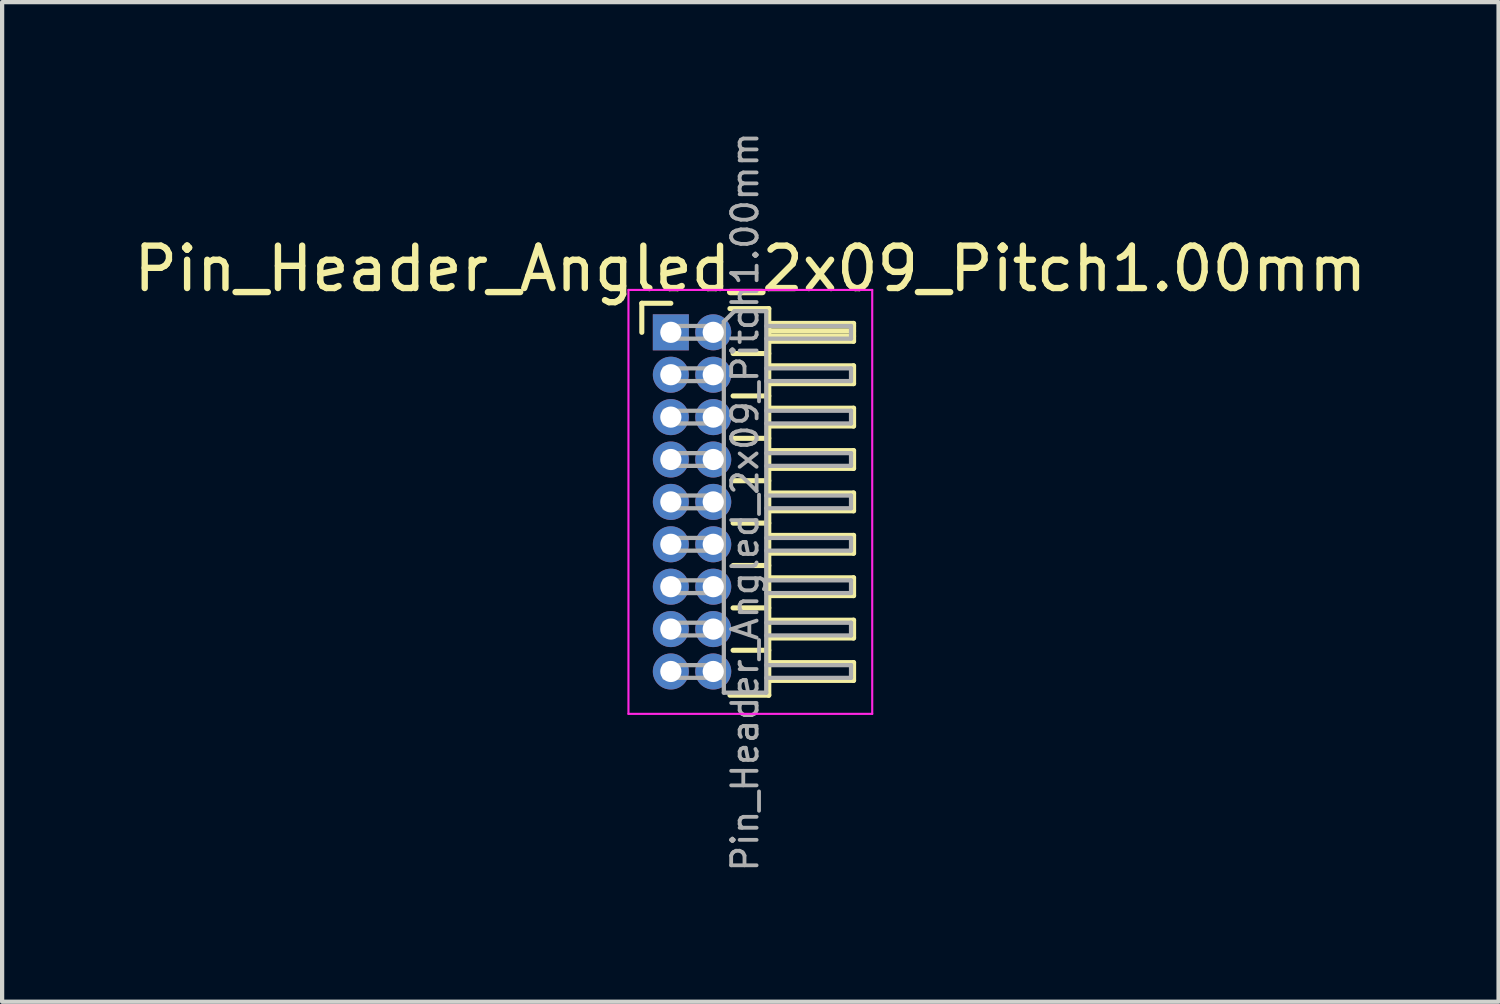
<source format=kicad_pcb>
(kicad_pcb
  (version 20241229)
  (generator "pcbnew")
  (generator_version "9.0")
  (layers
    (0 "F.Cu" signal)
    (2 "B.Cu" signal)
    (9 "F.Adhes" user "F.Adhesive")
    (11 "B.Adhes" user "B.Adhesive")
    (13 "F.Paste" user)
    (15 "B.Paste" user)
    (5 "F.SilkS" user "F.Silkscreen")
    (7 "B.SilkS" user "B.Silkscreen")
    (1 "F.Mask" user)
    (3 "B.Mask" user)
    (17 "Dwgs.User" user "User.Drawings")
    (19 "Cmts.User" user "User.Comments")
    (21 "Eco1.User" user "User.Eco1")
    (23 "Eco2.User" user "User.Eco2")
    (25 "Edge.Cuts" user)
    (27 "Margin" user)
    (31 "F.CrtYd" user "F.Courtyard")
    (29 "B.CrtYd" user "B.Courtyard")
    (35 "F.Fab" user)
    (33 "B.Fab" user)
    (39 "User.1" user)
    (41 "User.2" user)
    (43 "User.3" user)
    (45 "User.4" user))
  (footprint "Pin_Header_Angled_2x09_Pitch1.00mm"
    (layer "F.Cu")
    (at 12.774 4.789)
    (property "Reference" "Pin_Header_Angled_2x09_Pitch1.00mm" (at 1.875 -1.5 0) (layer "F.SilkS") (effects (font (size 1 1) (thickness 0.15))))
    (attr through_hole)
    (fp_line (start -0.685 -0.685) (end 0 -0.685) (stroke (width 0.12) (type solid)) (layer "F.SilkS"))
    (fp_line (start -0.685 0) (end -0.685 -0.685) (stroke (width 0.12) (type solid)) (layer "F.SilkS"))
    (fp_line (start 1.394 -0.56) (end 2.31 -0.56) (stroke (width 0.12) (type solid)) (layer "F.SilkS"))
    (fp_line (start 1.468 0.5) (end 2.31 0.5) (stroke (width 0.12) (type solid)) (layer "F.SilkS"))
    (fp_line (start 1.468 1.5) (end 2.31 1.5) (stroke (width 0.12) (type solid)) (layer "F.SilkS"))
    (fp_line (start 1.468 2.5) (end 2.31 2.5) (stroke (width 0.12) (type solid)) (layer "F.SilkS"))
    (fp_line (start 1.468 3.5) (end 2.31 3.5) (stroke (width 0.12) (type solid)) (layer "F.SilkS"))
    (fp_line (start 1.468 4.5) (end 2.31 4.5) (stroke (width 0.12) (type solid)) (layer "F.SilkS"))
    (fp_line (start 1.468 5.5) (end 2.31 5.5) (stroke (width 0.12) (type solid)) (layer "F.SilkS"))
    (fp_line (start 1.468 6.5) (end 2.31 6.5) (stroke (width 0.12) (type solid)) (layer "F.SilkS"))
    (fp_line (start 1.468 7.5) (end 2.31 7.5) (stroke (width 0.12) (type solid)) (layer "F.SilkS"))
    (fp_line (start 2.31 -0.56) (end 2.31 8.56) (stroke (width 0.12) (type solid)) (layer "F.SilkS"))
    (fp_line (start 2.31 -0.21) (end 4.31 -0.21) (stroke (width 0.12) (type solid)) (layer "F.SilkS"))
    (fp_line (start 2.31 -0.15) (end 4.31 -0.15) (stroke (width 0.12) (type solid)) (layer "F.SilkS"))
    (fp_line (start 2.31 -0.03) (end 4.31 -0.03) (stroke (width 0.12) (type solid)) (layer "F.SilkS"))
    (fp_line (start 2.31 0.09) (end 4.31 0.09) (stroke (width 0.12) (type solid)) (layer "F.SilkS"))
    (fp_line (start 2.31 0.79) (end 4.31 0.79) (stroke (width 0.12) (type solid)) (layer "F.SilkS"))
    (fp_line (start 2.31 1.79) (end 4.31 1.79) (stroke (width 0.12) (type solid)) (layer "F.SilkS"))
    (fp_line (start 2.31 2.79) (end 4.31 2.79) (stroke (width 0.12) (type solid)) (layer "F.SilkS"))
    (fp_line (start 2.31 3.79) (end 4.31 3.79) (stroke (width 0.12) (type solid)) (layer "F.SilkS"))
    (fp_line (start 2.31 4.79) (end 4.31 4.79) (stroke (width 0.12) (type solid)) (layer "F.SilkS"))
    (fp_line (start 2.31 5.79) (end 4.31 5.79) (stroke (width 0.12) (type solid)) (layer "F.SilkS"))
    (fp_line (start 2.31 6.79) (end 4.31 6.79) (stroke (width 0.12) (type solid)) (layer "F.SilkS"))
    (fp_line (start 2.31 7.79) (end 4.31 7.79) (stroke (width 0.12) (type solid)) (layer "F.SilkS"))
    (fp_line (start 2.31 8.56) (end 1.394 8.56) (stroke (width 0.12) (type solid)) (layer "F.SilkS"))
    (fp_line (start 4.31 -0.21) (end 4.31 0.21) (stroke (width 0.12) (type solid)) (layer "F.SilkS"))
    (fp_line (start 4.31 0.21) (end 2.31 0.21) (stroke (width 0.12) (type solid)) (layer "F.SilkS"))
    (fp_line (start 4.31 0.79) (end 4.31 1.21) (stroke (width 0.12) (type solid)) (layer "F.SilkS"))
    (fp_line (start 4.31 1.21) (end 2.31 1.21) (stroke (width 0.12) (type solid)) (layer "F.SilkS"))
    (fp_line (start 4.31 1.79) (end 4.31 2.21) (stroke (width 0.12) (type solid)) (layer "F.SilkS"))
    (fp_line (start 4.31 2.21) (end 2.31 2.21) (stroke (width 0.12) (type solid)) (layer "F.SilkS"))
    (fp_line (start 4.31 2.79) (end 4.31 3.21) (stroke (width 0.12) (type solid)) (layer "F.SilkS"))
    (fp_line (start 4.31 3.21) (end 2.31 3.21) (stroke (width 0.12) (type solid)) (layer "F.SilkS"))
    (fp_line (start 4.31 3.79) (end 4.31 4.21) (stroke (width 0.12) (type solid)) (layer "F.SilkS"))
    (fp_line (start 4.31 4.21) (end 2.31 4.21) (stroke (width 0.12) (type solid)) (layer "F.SilkS"))
    (fp_line (start 4.31 4.79) (end 4.31 5.21) (stroke (width 0.12) (type solid)) (layer "F.SilkS"))
    (fp_line (start 4.31 5.21) (end 2.31 5.21) (stroke (width 0.12) (type solid)) (layer "F.SilkS"))
    (fp_line (start 4.31 5.79) (end 4.31 6.21) (stroke (width 0.12) (type solid)) (layer "F.SilkS"))
    (fp_line (start 4.31 6.21) (end 2.31 6.21) (stroke (width 0.12) (type solid)) (layer "F.SilkS"))
    (fp_line (start 4.31 6.79) (end 4.31 7.21) (stroke (width 0.12) (type solid)) (layer "F.SilkS"))
    (fp_line (start 4.31 7.21) (end 2.31 7.21) (stroke (width 0.12) (type solid)) (layer "F.SilkS"))
    (fp_line (start 4.31 7.79) (end 4.31 8.21) (stroke (width 0.12) (type solid)) (layer "F.SilkS"))
    (fp_line (start 4.31 8.21) (end 2.31 8.21) (stroke (width 0.12) (type solid)) (layer "F.SilkS"))
    (fp_line (start -1 -1) (end -1 9) (stroke (width 0.05) (type solid)) (layer "F.CrtYd"))
    (fp_line (start -1 9) (end 4.75 9) (stroke (width 0.05) (type solid)) (layer "F.CrtYd"))
    (fp_line (start 4.75 -1) (end -1 -1) (stroke (width 0.05) (type solid)) (layer "F.CrtYd"))
    (fp_line (start 4.75 9) (end 4.75 -1) (stroke (width 0.05) (type solid)) (layer "F.CrtYd"))
    (fp_line (start -0.15 -0.15) (end -0.15 0.15) (stroke (width 0.1) (type solid)) (layer "F.Fab"))
    (fp_line (start -0.15 -0.15) (end 1.25 -0.15) (stroke (width 0.1) (type solid)) (layer "F.Fab"))
    (fp_line (start -0.15 0.15) (end 1.25 0.15) (stroke (width 0.1) (type solid)) (layer "F.Fab"))
    (fp_line (start -0.15 0.85) (end -0.15 1.15) (stroke (width 0.1) (type solid)) (layer "F.Fab"))
    (fp_line (start -0.15 0.85) (end 1.25 0.85) (stroke (width 0.1) (type solid)) (layer "F.Fab"))
    (fp_line (start -0.15 1.15) (end 1.25 1.15) (stroke (width 0.1) (type solid)) (layer "F.Fab"))
    (fp_line (start -0.15 1.85) (end -0.15 2.15) (stroke (width 0.1) (type solid)) (layer "F.Fab"))
    (fp_line (start -0.15 1.85) (end 1.25 1.85) (stroke (width 0.1) (type solid)) (layer "F.Fab"))
    (fp_line (start -0.15 2.15) (end 1.25 2.15) (stroke (width 0.1) (type solid)) (layer "F.Fab"))
    (fp_line (start -0.15 2.85) (end -0.15 3.15) (stroke (width 0.1) (type solid)) (layer "F.Fab"))
    (fp_line (start -0.15 2.85) (end 1.25 2.85) (stroke (width 0.1) (type solid)) (layer "F.Fab"))
    (fp_line (start -0.15 3.15) (end 1.25 3.15) (stroke (width 0.1) (type solid)) (layer "F.Fab"))
    (fp_line (start -0.15 3.85) (end -0.15 4.15) (stroke (width 0.1) (type solid)) (layer "F.Fab"))
    (fp_line (start -0.15 3.85) (end 1.25 3.85) (stroke (width 0.1) (type solid)) (layer "F.Fab"))
    (fp_line (start -0.15 4.15) (end 1.25 4.15) (stroke (width 0.1) (type solid)) (layer "F.Fab"))
    (fp_line (start -0.15 4.85) (end -0.15 5.15) (stroke (width 0.1) (type solid)) (layer "F.Fab"))
    (fp_line (start -0.15 4.85) (end 1.25 4.85) (stroke (width 0.1) (type solid)) (layer "F.Fab"))
    (fp_line (start -0.15 5.15) (end 1.25 5.15) (stroke (width 0.1) (type solid)) (layer "F.Fab"))
    (fp_line (start -0.15 5.85) (end -0.15 6.15) (stroke (width 0.1) (type solid)) (layer "F.Fab"))
    (fp_line (start -0.15 5.85) (end 1.25 5.85) (stroke (width 0.1) (type solid)) (layer "F.Fab"))
    (fp_line (start -0.15 6.15) (end 1.25 6.15) (stroke (width 0.1) (type solid)) (layer "F.Fab"))
    (fp_line (start -0.15 6.85) (end -0.15 7.15) (stroke (width 0.1) (type solid)) (layer "F.Fab"))
    (fp_line (start -0.15 6.85) (end 1.25 6.85) (stroke (width 0.1) (type solid)) (layer "F.Fab"))
    (fp_line (start -0.15 7.15) (end 1.25 7.15) (stroke (width 0.1) (type solid)) (layer "F.Fab"))
    (fp_line (start -0.15 7.85) (end -0.15 8.15) (stroke (width 0.1) (type solid)) (layer "F.Fab"))
    (fp_line (start -0.15 7.85) (end 1.25 7.85) (stroke (width 0.1) (type solid)) (layer "F.Fab"))
    (fp_line (start -0.15 8.15) (end 1.25 8.15) (stroke (width 0.1) (type solid)) (layer "F.Fab"))
    (fp_line (start 1.25 -0.25) (end 1.5 -0.5) (stroke (width 0.1) (type solid)) (layer "F.Fab"))
    (fp_line (start 1.25 8.5) (end 1.25 -0.25) (stroke (width 0.1) (type solid)) (layer "F.Fab"))
    (fp_line (start 1.5 -0.5) (end 2.25 -0.5) (stroke (width 0.1) (type solid)) (layer "F.Fab"))
    (fp_line (start 2.25 -0.5) (end 2.25 8.5) (stroke (width 0.1) (type solid)) (layer "F.Fab"))
    (fp_line (start 2.25 -0.15) (end 4.25 -0.15) (stroke (width 0.1) (type solid)) (layer "F.Fab"))
    (fp_line (start 2.25 0.15) (end 4.25 0.15) (stroke (width 0.1) (type solid)) (layer "F.Fab"))
    (fp_line (start 2.25 0.85) (end 4.25 0.85) (stroke (width 0.1) (type solid)) (layer "F.Fab"))
    (fp_line (start 2.25 1.15) (end 4.25 1.15) (stroke (width 0.1) (type solid)) (layer "F.Fab"))
    (fp_line (start 2.25 1.85) (end 4.25 1.85) (stroke (width 0.1) (type solid)) (layer "F.Fab"))
    (fp_line (start 2.25 2.15) (end 4.25 2.15) (stroke (width 0.1) (type solid)) (layer "F.Fab"))
    (fp_line (start 2.25 2.85) (end 4.25 2.85) (stroke (width 0.1) (type solid)) (layer "F.Fab"))
    (fp_line (start 2.25 3.15) (end 4.25 3.15) (stroke (width 0.1) (type solid)) (layer "F.Fab"))
    (fp_line (start 2.25 3.85) (end 4.25 3.85) (stroke (width 0.1) (type solid)) (layer "F.Fab"))
    (fp_line (start 2.25 4.15) (end 4.25 4.15) (stroke (width 0.1) (type solid)) (layer "F.Fab"))
    (fp_line (start 2.25 4.85) (end 4.25 4.85) (stroke (width 0.1) (type solid)) (layer "F.Fab"))
    (fp_line (start 2.25 5.15) (end 4.25 5.15) (stroke (width 0.1) (type solid)) (layer "F.Fab"))
    (fp_line (start 2.25 5.85) (end 4.25 5.85) (stroke (width 0.1) (type solid)) (layer "F.Fab"))
    (fp_line (start 2.25 6.15) (end 4.25 6.15) (stroke (width 0.1) (type solid)) (layer "F.Fab"))
    (fp_line (start 2.25 6.85) (end 4.25 6.85) (stroke (width 0.1) (type solid)) (layer "F.Fab"))
    (fp_line (start 2.25 7.15) (end 4.25 7.15) (stroke (width 0.1) (type solid)) (layer "F.Fab"))
    (fp_line (start 2.25 7.85) (end 4.25 7.85) (stroke (width 0.1) (type solid)) (layer "F.Fab"))
    (fp_line (start 2.25 8.15) (end 4.25 8.15) (stroke (width 0.1) (type solid)) (layer "F.Fab"))
    (fp_line (start 2.25 8.5) (end 1.25 8.5) (stroke (width 0.1) (type solid)) (layer "F.Fab"))
    (fp_line (start 4.25 -0.15) (end 4.25 0.15) (stroke (width 0.1) (type solid)) (layer "F.Fab"))
    (fp_line (start 4.25 0.85) (end 4.25 1.15) (stroke (width 0.1) (type solid)) (layer "F.Fab"))
    (fp_line (start 4.25 1.85) (end 4.25 2.15) (stroke (width 0.1) (type solid)) (layer "F.Fab"))
    (fp_line (start 4.25 2.85) (end 4.25 3.15) (stroke (width 0.1) (type solid)) (layer "F.Fab"))
    (fp_line (start 4.25 3.85) (end 4.25 4.15) (stroke (width 0.1) (type solid)) (layer "F.Fab"))
    (fp_line (start 4.25 4.85) (end 4.25 5.15) (stroke (width 0.1) (type solid)) (layer "F.Fab"))
    (fp_line (start 4.25 5.85) (end 4.25 6.15) (stroke (width 0.1) (type solid)) (layer "F.Fab"))
    (fp_line (start 4.25 6.85) (end 4.25 7.15) (stroke (width 0.1) (type solid)) (layer "F.Fab"))
    (fp_line (start 4.25 7.85) (end 4.25 8.15) (stroke (width 0.1) (type solid)) (layer "F.Fab"))
    (fp_text user "${REFERENCE}" (at 1.75 4 90) (layer "F.Fab") (effects (font (size 0.6 0.6) (thickness 0.09))))
    (pad "1" thru_hole rect (at 0 0) (size 0.85 0.85) (drill 0.5) (layers "*.Cu" "*.Mask"))
    (pad "2" thru_hole oval (at 1 0) (size 0.85 0.85) (drill 0.5) (layers "*.Cu" "*.Mask"))
    (pad "3" thru_hole oval (at 0 1) (size 0.85 0.85) (drill 0.5) (layers "*.Cu" "*.Mask"))
    (pad "4" thru_hole oval (at 1 1) (size 0.85 0.85) (drill 0.5) (layers "*.Cu" "*.Mask"))
    (pad "5" thru_hole oval (at 0 2) (size 0.85 0.85) (drill 0.5) (layers "*.Cu" "*.Mask"))
    (pad "6" thru_hole oval (at 1 2) (size 0.85 0.85) (drill 0.5) (layers "*.Cu" "*.Mask"))
    (pad "7" thru_hole oval (at 0 3) (size 0.85 0.85) (drill 0.5) (layers "*.Cu" "*.Mask"))
    (pad "8" thru_hole oval (at 1 3) (size 0.85 0.85) (drill 0.5) (layers "*.Cu" "*.Mask"))
    (pad "9" thru_hole oval (at 0 4) (size 0.85 0.85) (drill 0.5) (layers "*.Cu" "*.Mask"))
    (pad "10" thru_hole oval (at 1 4) (size 0.85 0.85) (drill 0.5) (layers "*.Cu" "*.Mask"))
    (pad "11" thru_hole oval (at 0 5) (size 0.85 0.85) (drill 0.5) (layers "*.Cu" "*.Mask"))
    (pad "12" thru_hole oval (at 1 5) (size 0.85 0.85) (drill 0.5) (layers "*.Cu" "*.Mask"))
    (pad "13" thru_hole oval (at 0 6) (size 0.85 0.85) (drill 0.5) (layers "*.Cu" "*.Mask"))
    (pad "14" thru_hole oval (at 1 6) (size 0.85 0.85) (drill 0.5) (layers "*.Cu" "*.Mask"))
    (pad "15" thru_hole oval (at 0 7) (size 0.85 0.85) (drill 0.5) (layers "*.Cu" "*.Mask"))
    (pad "16" thru_hole oval (at 1 7) (size 0.85 0.85) (drill 0.5) (layers "*.Cu" "*.Mask"))
    (pad "17" thru_hole oval (at 0 8) (size 0.85 0.85) (drill 0.5) (layers "*.Cu" "*.Mask"))
    (pad "18" thru_hole oval (at 1 8) (size 0.85 0.85) (drill 0.5) (layers "*.Cu" "*.Mask")))
  (gr_rect
    (start -3 -3)
    (end 32.298 20.579)
    (stroke (width 0.1) (type default))
    (fill no)
    (layer "Edge.Cuts")))
</source>
